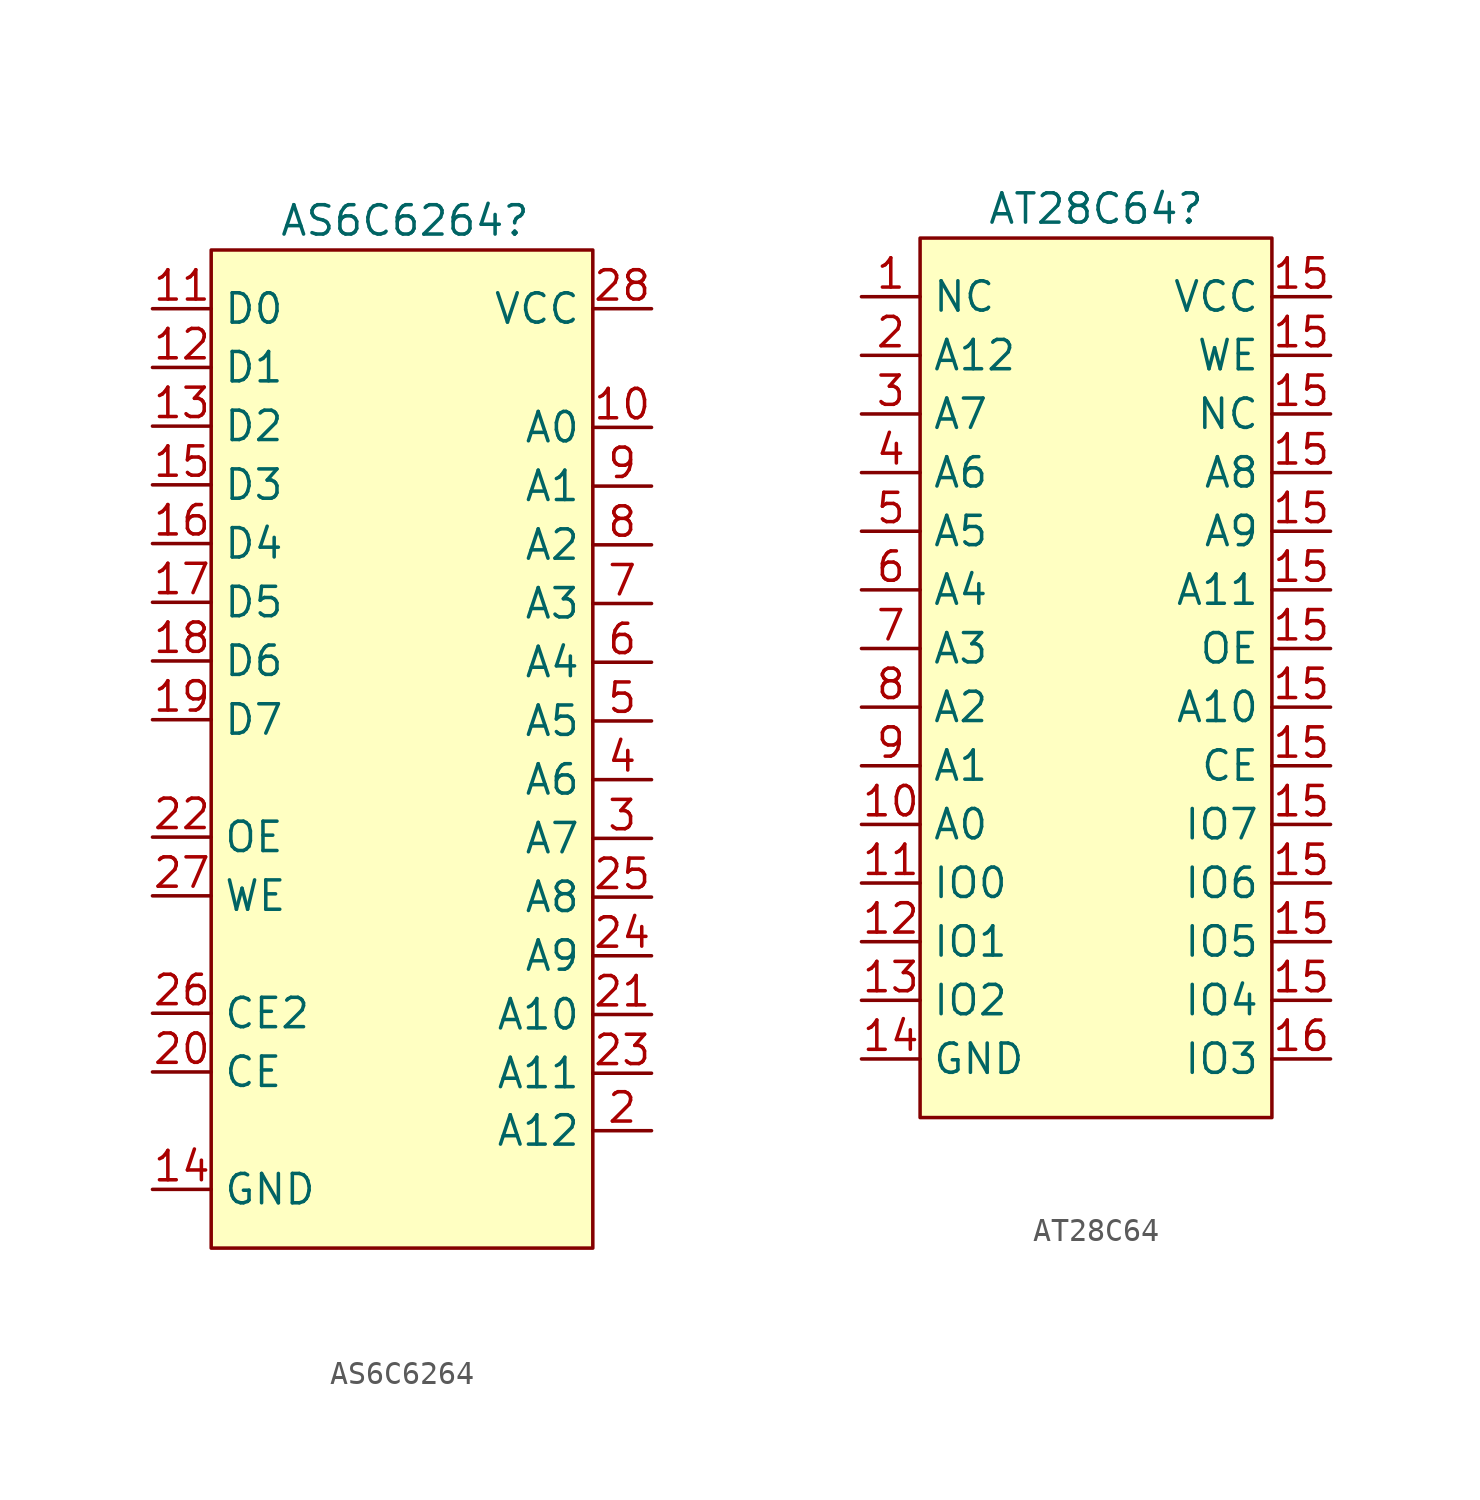
<source format=kicad_sym>
(kicad_symbol_lib
  (version 20241209)
  (generator "kicad_symbol_editor")
  (generator_version "9.0")
  (symbol "AS6C6264"
    (property "Reference" "AS6C6264"
      (at -0.508 1.27 0)
      (effects (font (size 1.27 1.27))))
    (property "Value" ""
      (at 0 0 0)
      (effects (font (size 1.27 1.27))))
    (symbol "AS6C6264_0_1"
      (rectangle (start -8.89 0) (end 7.62 -43.18) (stroke (width 0) (type default)) (fill (type background))))
    (symbol "AS6C6264_1_1"
      (pin tri_state line (at -11.43 -2.54 0) (length 2.54) (name "D0" (effects (font (size 1.27 1.27)))) (number "11" (effects (font (size 1.27 1.27)))))
      (pin tri_state line (at -11.43 -5.08 0) (length 2.54) (name "D1" (effects (font (size 1.27 1.27)))) (number "12" (effects (font (size 1.27 1.27)))))
      (pin tri_state line (at -11.43 -7.62 0) (length 2.54) (name "D2" (effects (font (size 1.27 1.27)))) (number "13" (effects (font (size 1.27 1.27)))))
      (pin tri_state line (at -11.43 -10.16 0) (length 2.54) (name "D3" (effects (font (size 1.27 1.27)))) (number "15" (effects (font (size 1.27 1.27)))))
      (pin tri_state line (at -11.43 -12.7 0) (length 2.54) (name "D4" (effects (font (size 1.27 1.27)))) (number "16" (effects (font (size 1.27 1.27)))))
      (pin tri_state line (at -11.43 -15.24 0) (length 2.54) (name "D5" (effects (font (size 1.27 1.27)))) (number "17" (effects (font (size 1.27 1.27)))))
      (pin tri_state line (at -11.43 -17.78 0) (length 2.54) (name "D6" (effects (font (size 1.27 1.27)))) (number "18" (effects (font (size 1.27 1.27)))))
      (pin tri_state line (at -11.43 -20.32 0) (length 2.54) (name "D7" (effects (font (size 1.27 1.27)))) (number "19" (effects (font (size 1.27 1.27)))))
      (pin input line (at -11.43 -25.4 0) (length 2.54) (name "OE" (effects (font (size 1.27 1.27)))) (number "22" (effects (font (size 1.27 1.27)))))
      (pin input line (at -11.43 -27.94 0) (length 2.54) (name "WE" (effects (font (size 1.27 1.27)))) (number "27" (effects (font (size 1.27 1.27)))))
      (pin input line (at -11.43 -33.02 0) (length 2.54) (name "CE2" (effects (font (size 1.27 1.27)))) (number "26" (effects (font (size 1.27 1.27)))))
      (pin input line (at -11.43 -35.56 0) (length 2.54) (name "CE" (effects (font (size 1.27 1.27)))) (number "20" (effects (font (size 1.27 1.27)))))
      (pin power_in line (at -11.43 -40.64 0) (length 2.54) (name "GND" (effects (font (size 1.27 1.27)))) (number "14" (effects (font (size 1.27 1.27)))))
      (pin power_in line (at 10.16 -2.54 180) (length 2.54) (name "VCC" (effects (font (size 1.27 1.27)))) (number "28" (effects (font (size 1.27 1.27)))))
      (pin input line (at 10.16 -7.674 180) (length 2.54) (name "A0" (effects (font (size 1.27 1.27)))) (number "10" (effects (font (size 1.27 1.27)))))
      (pin input line (at 10.16 -10.214 180) (length 2.54) (name "A1" (effects (font (size 1.27 1.27)))) (number "9" (effects (font (size 1.27 1.27)))))
      (pin input line (at 10.16 -12.754 180) (length 2.54) (name "A2" (effects (font (size 1.27 1.27)))) (number "8" (effects (font (size 1.27 1.27)))))
      (pin input line (at 10.16 -15.294 180) (length 2.54) (name "A3" (effects (font (size 1.27 1.27)))) (number "7" (effects (font (size 1.27 1.27)))))
      (pin input line (at 10.16 -17.834 180) (length 2.54) (name "A4" (effects (font (size 1.27 1.27)))) (number "6" (effects (font (size 1.27 1.27)))))
      (pin input line (at 10.16 -20.374 180) (length 2.54) (name "A5" (effects (font (size 1.27 1.27)))) (number "5" (effects (font (size 1.27 1.27)))))
      (pin input line (at 10.16 -22.914 180) (length 2.54) (name "A6" (effects (font (size 1.27 1.27)))) (number "4" (effects (font (size 1.27 1.27)))))
      (pin input line (at 10.16 -25.454 180) (length 2.54) (name "A7" (effects (font (size 1.27 1.27)))) (number "3" (effects (font (size 1.27 1.27)))))
      (pin input line (at 10.16 -27.994 180) (length 2.54) (name "A8" (effects (font (size 1.27 1.27)))) (number "25" (effects (font (size 1.27 1.27)))))
      (pin input line (at 10.16 -30.534 180) (length 2.54) (name "A9" (effects (font (size 1.27 1.27)))) (number "24" (effects (font (size 1.27 1.27)))))
      (pin input line (at 10.16 -33.074 180) (length 2.54) (name "A10" (effects (font (size 1.27 1.27)))) (number "21" (effects (font (size 1.27 1.27)))))
      (pin input line (at 10.16 -35.614 180) (length 2.54) (name "A11" (effects (font (size 1.27 1.27)))) (number "23" (effects (font (size 1.27 1.27)))))
      (pin input line (at 10.16 -38.1 180) (length 2.54) (name "A12" (effects (font (size 1.27 1.27)))) (number "2" (effects (font (size 1.27 1.27)))))))
  (symbol "AT28C64"
    (property "Reference" "AT28C64"
      (at 0 1.27 0)
      (effects (font (size 1.27 1.27))))
    (property "Value" ""
      (at 0 0 0)
      (effects (font (size 1.27 1.27))))
    (symbol "AT28C64_0_1"
      (rectangle (start -7.62 0) (end 7.62 -38.1) (stroke (width 0) (type default)) (fill (type background))))
    (symbol "AT28C64_1_1"
      (pin input line (at -10.16 -2.54 0) (length 2.54) (name "NC" (effects (font (size 1.27 1.27)))) (number "1" (effects (font (size 1.27 1.27)))))
      (pin input line (at -10.16 -5.08 0) (length 2.54) (name "A12" (effects (font (size 1.27 1.27)))) (number "2" (effects (font (size 1.27 1.27)))))
      (pin input line (at -10.16 -7.62 0) (length 2.54) (name "A7" (effects (font (size 1.27 1.27)))) (number "3" (effects (font (size 1.27 1.27)))))
      (pin input line (at -10.16 -10.16 0) (length 2.54) (name "A6" (effects (font (size 1.27 1.27)))) (number "4" (effects (font (size 1.27 1.27)))))
      (pin input line (at -10.16 -12.7 0) (length 2.54) (name "A5" (effects (font (size 1.27 1.27)))) (number "5" (effects (font (size 1.27 1.27)))))
      (pin input line (at -10.16 -15.24 0) (length 2.54) (name "A4" (effects (font (size 1.27 1.27)))) (number "6" (effects (font (size 1.27 1.27)))))
      (pin input line (at -10.16 -17.78 0) (length 2.54) (name "A3" (effects (font (size 1.27 1.27)))) (number "7" (effects (font (size 1.27 1.27)))))
      (pin input line (at -10.16 -20.32 0) (length 2.54) (name "A2" (effects (font (size 1.27 1.27)))) (number "8" (effects (font (size 1.27 1.27)))))
      (pin input line (at -10.16 -22.86 0) (length 2.54) (name "A1" (effects (font (size 1.27 1.27)))) (number "9" (effects (font (size 1.27 1.27)))))
      (pin input line (at -10.16 -25.4 0) (length 2.54) (name "A0" (effects (font (size 1.27 1.27)))) (number "10" (effects (font (size 1.27 1.27)))))
      (pin input line (at -10.16 -27.94 0) (length 2.54) (name "IO0" (effects (font (size 1.27 1.27)))) (number "11" (effects (font (size 1.27 1.27)))))
      (pin input line (at -10.16 -30.48 0) (length 2.54) (name "IO1" (effects (font (size 1.27 1.27)))) (number "12" (effects (font (size 1.27 1.27)))))
      (pin input line (at -10.16 -33.02 0) (length 2.54) (name "IO2" (effects (font (size 1.27 1.27)))) (number "13" (effects (font (size 1.27 1.27)))))
      (pin power_out line (at -10.16 -35.56 0) (length 2.54) (name "GND" (effects (font (size 1.27 1.27)))) (number "14" (effects (font (size 1.27 1.27)))))
      (pin power_in line (at 10.16 -2.54 180) (length 2.54) (name "VCC" (effects (font (size 1.27 1.27)))) (number "15" (effects (font (size 1.27 1.27)))))
      (pin input line (at 10.16 -5.08 180) (length 2.54) (name "WE" (effects (font (size 1.27 1.27)))) (number "15" (effects (font (size 1.27 1.27)))))
      (pin input line (at 10.16 -7.62 180) (length 2.54) (name "NC" (effects (font (size 1.27 1.27)))) (number "15" (effects (font (size 1.27 1.27)))))
      (pin input line (at 10.16 -10.16 180) (length 2.54) (name "A8" (effects (font (size 1.27 1.27)))) (number "15" (effects (font (size 1.27 1.27)))))
      (pin input line (at 10.16 -12.7 180) (length 2.54) (name "A9" (effects (font (size 1.27 1.27)))) (number "15" (effects (font (size 1.27 1.27)))))
      (pin input line (at 10.16 -15.24 180) (length 2.54) (name "A11" (effects (font (size 1.27 1.27)))) (number "15" (effects (font (size 1.27 1.27)))))
      (pin input line (at 10.16 -17.78 180) (length 2.54) (name "OE" (effects (font (size 1.27 1.27)))) (number "15" (effects (font (size 1.27 1.27)))))
      (pin input line (at 10.16 -20.32 180) (length 2.54) (name "A10" (effects (font (size 1.27 1.27)))) (number "15" (effects (font (size 1.27 1.27)))))
      (pin input line (at 10.16 -22.86 180) (length 2.54) (name "CE" (effects (font (size 1.27 1.27)))) (number "15" (effects (font (size 1.27 1.27)))))
      (pin input line (at 10.16 -25.4 180) (length 2.54) (name "IO7" (effects (font (size 1.27 1.27)))) (number "15" (effects (font (size 1.27 1.27)))))
      (pin input line (at 10.16 -27.94 180) (length 2.54) (name "IO6" (effects (font (size 1.27 1.27)))) (number "15" (effects (font (size 1.27 1.27)))))
      (pin input line (at 10.16 -30.48 180) (length 2.54) (name "IO5" (effects (font (size 1.27 1.27)))) (number "15" (effects (font (size 1.27 1.27)))))
      (pin input line (at 10.16 -33.02 180) (length 2.54) (name "IO4" (effects (font (size 1.27 1.27)))) (number "15" (effects (font (size 1.27 1.27)))))
      (pin input line (at 10.16 -35.56 180) (length 2.54) (name "IO3" (effects (font (size 1.27 1.27)))) (number "16" (effects (font (size 1.27 1.27))))))))
</source>
